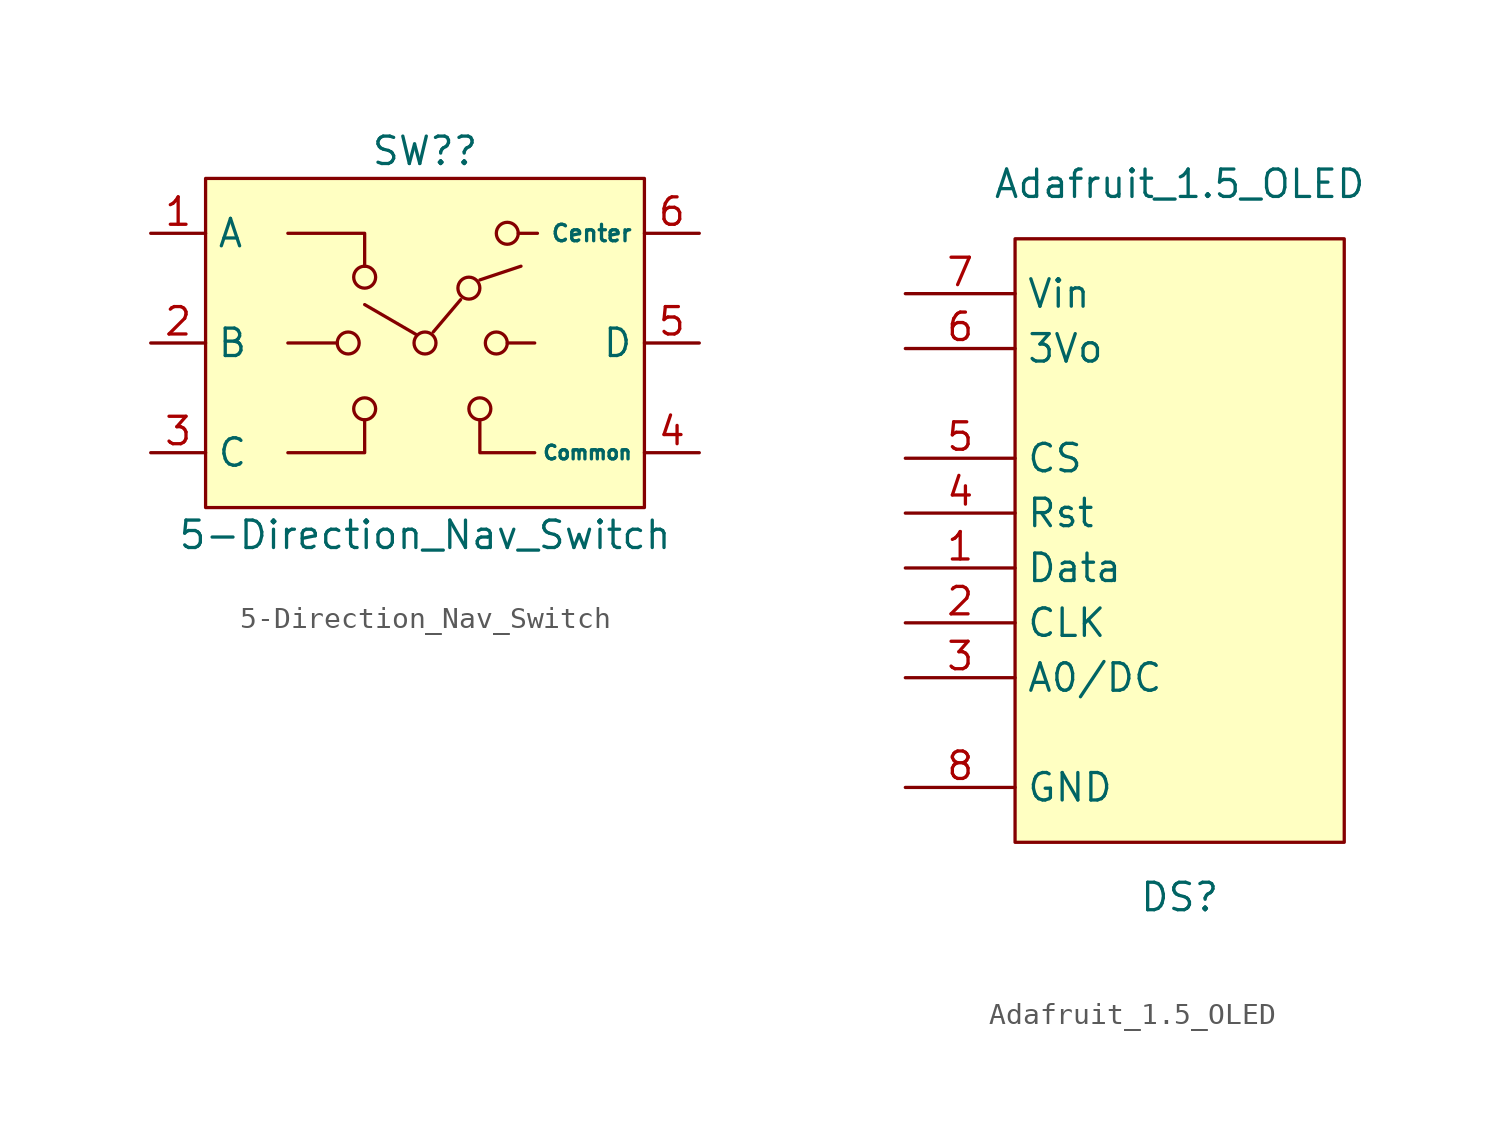
<source format=kicad_sym>
(kicad_symbol_lib
  (version 20210619)
  (generator kicad_symbol_editor)
  (symbol "door_control:5-Direction_Nav_Switch"
    (property "Reference" "SW?"
      (at 0 8.89 0)
      (effects (font (size 1.27 1.27))))
    (property "Value" "5-Direction_Nav_Switch"
      (at 0 -8.89 0)
      (effects (font (size 1.27 1.27))))
    (symbol "5-Direction_Nav_Switch_0_1"
      (circle (center -3.556 0) (radius 0.508) (stroke (width 0.152)) (fill (type none)))
      (circle (center -2.794 -3.048) (radius 0.508) (stroke (width 0.152)) (fill (type none)))
      (circle (center -2.794 3.048) (radius 0.508) (stroke (width 0.152)) (fill (type none)))
      (circle (center 0 0) (radius 0.508) (stroke (width 0.152)) (fill (type none)))
      (circle (center 2.032 2.54) (radius 0.508) (stroke (width 0.152)) (fill (type none)))
      (circle (center 2.54 -3.048) (radius 0.508) (stroke (width 0.152)) (fill (type none)))
      (circle (center 3.302 0) (radius 0.508) (stroke (width 0.152)) (fill (type none)))
      (circle (center 3.81 5.08) (radius 0.508) (stroke (width 0.152)) (fill (type none)))
      (rectangle (start -10.16 7.62) (end 10.16 -7.62) (stroke (width 0.152)) (fill (type background)))
      (polyline (pts (xy -6.35 0) (xy -4.064 0)) (stroke (width 0.152)) (fill (type none)))
      (polyline (pts (xy -0.432 0.406) (xy -2.794 1.778)) (stroke (width 0.152)) (fill (type none)))
      (polyline (pts (xy 0.381 0.508) (xy 1.651 2.007)) (stroke (width 0.152)) (fill (type none)))
      (polyline (pts (xy 2.54 2.921) (xy 4.445 3.556)) (stroke (width 0.152)) (fill (type none)))
      (polyline (pts (xy 4.318 5.08) (xy 5.207 5.08)) (stroke (width 0.152)) (fill (type none)))
      (polyline (pts (xy 5.08 0) (xy 3.81 0)) (stroke (width 0.152)) (fill (type none)))
      (polyline (pts (xy -6.35 -5.08) (xy -2.794 -5.08) (xy -2.794 -3.556)) (stroke (width 0.152)) (fill (type none)))
      (polyline (pts (xy -6.35 5.08) (xy -2.794 5.08) (xy -2.794 3.556)) (stroke (width 0.152)) (fill (type none)))
      (polyline (pts (xy 5.08 -5.08) (xy 2.54 -5.08) (xy 2.54 -3.556)) (stroke (width 0.152)) (fill (type none))))
    (symbol "5-Direction_Nav_Switch_1_1"
      (pin bidirectional line (at -12.7 5.08 0) (length 2.54) (name "A" (effects (font (size 1.27 1.27)))) (number "1" (effects (font (size 1.27 1.27)))))
      (pin bidirectional line (at -12.7 0 0) (length 2.54) (name "B" (effects (font (size 1.27 1.27)))) (number "2" (effects (font (size 1.27 1.27)))))
      (pin bidirectional line (at -12.7 -5.08 0) (length 2.54) (name "C" (effects (font (size 1.27 1.27)))) (number "3" (effects (font (size 1.27 1.27)))))
      (pin bidirectional line (at 12.7 -5.08 180) (length 2.54) (name "Common" (effects (font (size 0.635 0.635)))) (number "4" (effects (font (size 1.27 1.27)))))
      (pin bidirectional line (at 12.7 0 180) (length 2.54) (name "D" (effects (font (size 1.27 1.27)))) (number "5" (effects (font (size 1.27 1.27)))))
      (pin bidirectional line (at 12.7 5.08 180) (length 2.54) (name "Center" (effects (font (size 0.762 0.762)))) (number "6" (effects (font (size 1.27 1.27)))))))
  (symbol "door_control:Adafruit_1.5_OLED"
    (property "Reference" "DS"
      (at 0 -17.78 0)
      (effects (font (size 1.27 1.27))))
    (property "Value" "Adafruit_1.5_OLED"
      (at 0 15.24 0)
      (effects (font (size 1.27 1.27))))
    (symbol "Adafruit_1.5_OLED_0_1"
      (rectangle (start -7.62 12.7) (end 7.62 -15.24) (stroke (width 0.152)) (fill (type background))))
    (symbol "Adafruit_1.5_OLED_1_1"
      (pin bidirectional line (at -12.7 -2.54 0) (length 5.08) (name "Data" (effects (font (size 1.27 1.27)))) (number "1" (effects (font (size 1.27 1.27)))))
      (pin input line (at -12.7 -5.08 0) (length 5.08) (name "CLK" (effects (font (size 1.27 1.27)))) (number "2" (effects (font (size 1.27 1.27)))))
      (pin input line (at -12.7 -7.62 0) (length 5.08) (name "A0/DC" (effects (font (size 1.27 1.27)))) (number "3" (effects (font (size 1.27 1.27)))))
      (pin input line (at -12.7 0 0) (length 5.08) (name "Rst" (effects (font (size 1.27 1.27)))) (number "4" (effects (font (size 1.27 1.27)))))
      (pin input line (at -12.7 2.54 0) (length 5.08) (name "CS" (effects (font (size 1.27 1.27)))) (number "5" (effects (font (size 1.27 1.27)))))
      (pin power_out line (at -12.7 7.62 0) (length 5.08) (name "3Vo" (effects (font (size 1.27 1.27)))) (number "6" (effects (font (size 1.27 1.27)))))
      (pin power_in line (at -12.7 10.16 0) (length 5.08) (name "Vin" (effects (font (size 1.27 1.27)))) (number "7" (effects (font (size 1.27 1.27)))))
      (pin power_in line (at -12.7 -12.7 0) (length 5.08) (name "GND" (effects (font (size 1.27 1.27)))) (number "8" (effects (font (size 1.27 1.27))))))))
</source>
